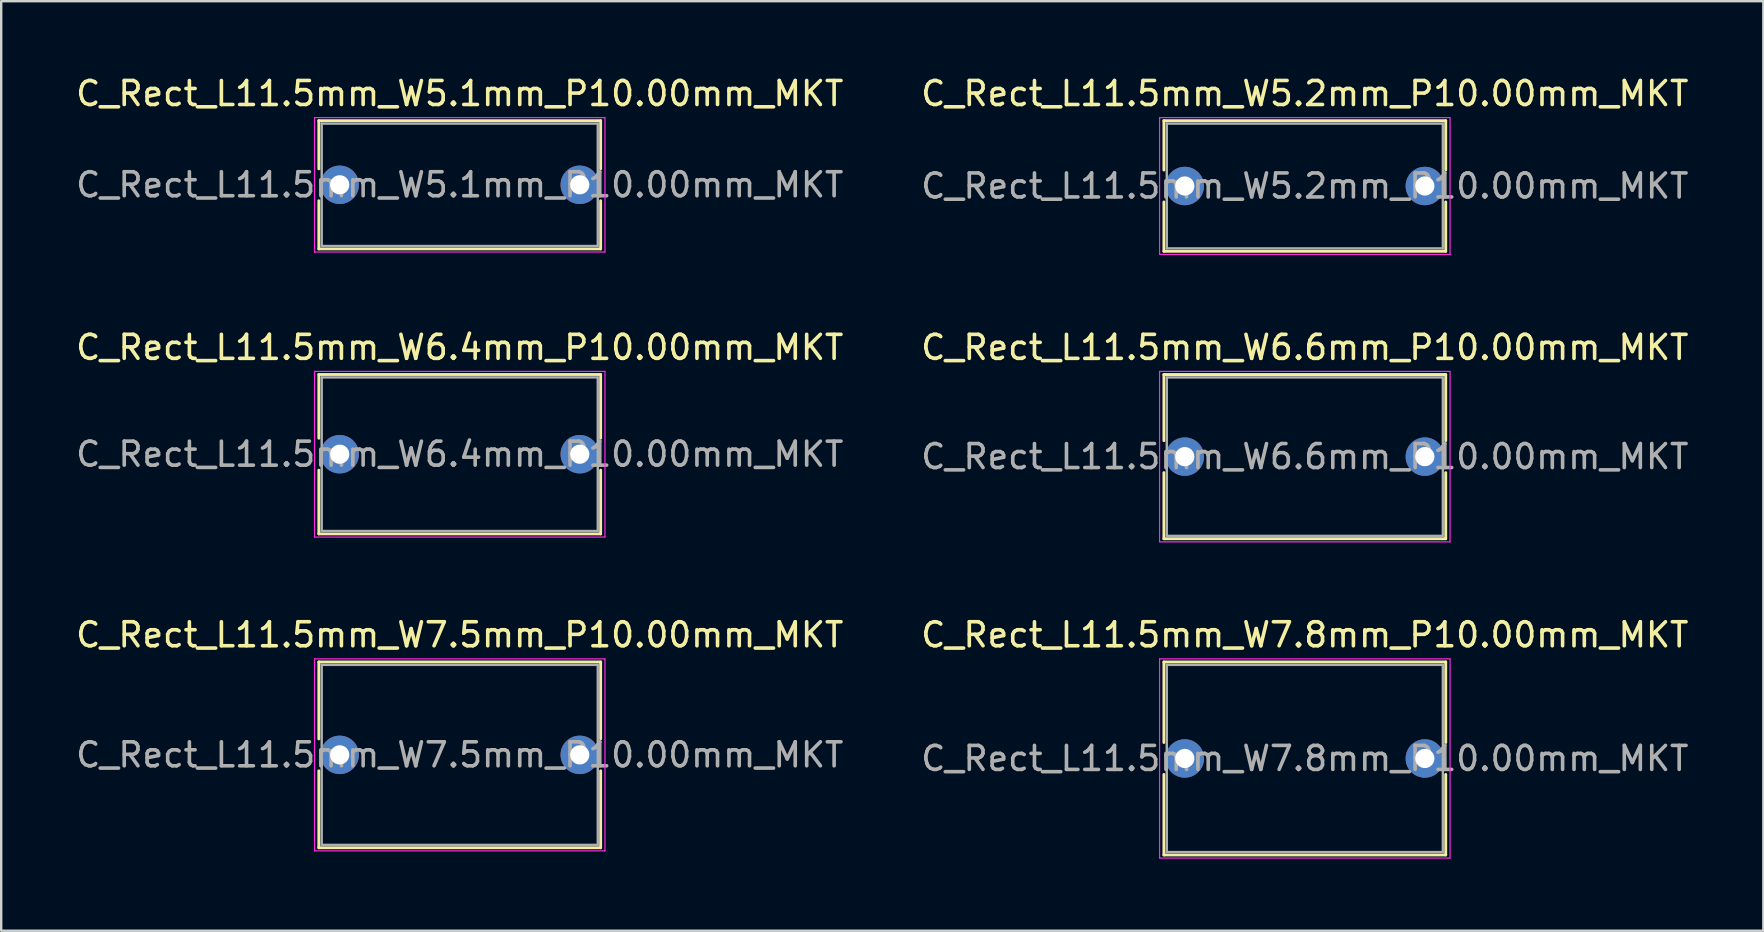
<source format=kicad_pcb>
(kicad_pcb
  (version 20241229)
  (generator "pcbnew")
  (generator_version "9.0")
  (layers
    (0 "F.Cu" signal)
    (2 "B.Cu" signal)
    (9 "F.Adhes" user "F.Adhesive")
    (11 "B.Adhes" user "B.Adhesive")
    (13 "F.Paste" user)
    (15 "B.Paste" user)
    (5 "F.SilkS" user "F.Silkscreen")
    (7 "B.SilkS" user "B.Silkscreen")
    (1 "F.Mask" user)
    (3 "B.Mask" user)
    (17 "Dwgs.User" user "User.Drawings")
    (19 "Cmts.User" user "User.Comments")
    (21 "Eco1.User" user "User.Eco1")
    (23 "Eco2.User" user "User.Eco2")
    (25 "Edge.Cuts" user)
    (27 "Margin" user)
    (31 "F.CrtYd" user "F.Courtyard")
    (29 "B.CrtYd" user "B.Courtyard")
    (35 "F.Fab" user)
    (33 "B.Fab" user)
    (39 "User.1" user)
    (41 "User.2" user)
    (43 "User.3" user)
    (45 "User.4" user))
  (footprint "C_Rect_L11.5mm_W7.8mm_P10.00mm_MKT"
    (layer "F.Cu")
    (at 46.304 28.545)
    (property "Reference" "C_Rect_L11.5mm_W7.8mm_P10.00mm_MKT" (at 5 -5.15 0) (layer "F.SilkS") (effects (font (size 1 1) (thickness 0.15))))
    (attr through_hole)
    (fp_line (start -0.87 -4.02) (end -0.87 -0.665) (stroke (width 0.12) (type solid)) (layer "F.SilkS"))
    (fp_line (start -0.87 -4.02) (end 10.87 -4.02) (stroke (width 0.12) (type solid)) (layer "F.SilkS"))
    (fp_line (start -0.87 0.665) (end -0.87 4.02) (stroke (width 0.12) (type solid)) (layer "F.SilkS"))
    (fp_line (start -0.87 4.02) (end 10.87 4.02) (stroke (width 0.12) (type solid)) (layer "F.SilkS"))
    (fp_line (start 10.87 -4.02) (end 10.87 -0.665) (stroke (width 0.12) (type solid)) (layer "F.SilkS"))
    (fp_line (start 10.87 0.665) (end 10.87 4.02) (stroke (width 0.12) (type solid)) (layer "F.SilkS"))
    (fp_line (start -1.05 -4.15) (end -1.05 4.15) (stroke (width 0.05) (type solid)) (layer "F.CrtYd"))
    (fp_line (start -1.05 4.15) (end 11.05 4.15) (stroke (width 0.05) (type solid)) (layer "F.CrtYd"))
    (fp_line (start 11.05 -4.15) (end -1.05 -4.15) (stroke (width 0.05) (type solid)) (layer "F.CrtYd"))
    (fp_line (start 11.05 4.15) (end 11.05 -4.15) (stroke (width 0.05) (type solid)) (layer "F.CrtYd"))
    (fp_line (start -0.75 -3.9) (end -0.75 3.9) (stroke (width 0.1) (type solid)) (layer "F.Fab"))
    (fp_line (start -0.75 3.9) (end 10.75 3.9) (stroke (width 0.1) (type solid)) (layer "F.Fab"))
    (fp_line (start 10.75 -3.9) (end -0.75 -3.9) (stroke (width 0.1) (type solid)) (layer "F.Fab"))
    (fp_line (start 10.75 3.9) (end 10.75 -3.9) (stroke (width 0.1) (type solid)) (layer "F.Fab"))
    (fp_text user "${REFERENCE}" (at 5 0 0) (layer "F.Fab") (effects (font (size 1 1) (thickness 0.15))))
    (pad "1" thru_hole circle (at 0 0) (size 1.6 1.6) (drill 0.8) (layers "*.Cu" "*.Mask"))
    (pad "2" thru_hole circle (at 10 0) (size 1.6 1.6) (drill 0.8) (layers "*.Cu" "*.Mask")))
  (footprint "C_Rect_L11.5mm_W5.2mm_P10.00mm_MKT"
    (layer "F.Cu")
    (at 46.304 4.698)
    (property "Reference" "C_Rect_L11.5mm_W5.2mm_P10.00mm_MKT" (at 5 -3.85 0) (layer "F.SilkS") (effects (font (size 1 1) (thickness 0.15))))
    (attr through_hole)
    (fp_line (start -0.87 -2.72) (end -0.87 -0.665) (stroke (width 0.12) (type solid)) (layer "F.SilkS"))
    (fp_line (start -0.87 -2.72) (end 10.87 -2.72) (stroke (width 0.12) (type solid)) (layer "F.SilkS"))
    (fp_line (start -0.87 0.665) (end -0.87 2.72) (stroke (width 0.12) (type solid)) (layer "F.SilkS"))
    (fp_line (start -0.87 2.72) (end 10.87 2.72) (stroke (width 0.12) (type solid)) (layer "F.SilkS"))
    (fp_line (start 10.87 -2.72) (end 10.87 -0.665) (stroke (width 0.12) (type solid)) (layer "F.SilkS"))
    (fp_line (start 10.87 0.665) (end 10.87 2.72) (stroke (width 0.12) (type solid)) (layer "F.SilkS"))
    (fp_line (start -1.05 -2.85) (end -1.05 2.85) (stroke (width 0.05) (type solid)) (layer "F.CrtYd"))
    (fp_line (start -1.05 2.85) (end 11.05 2.85) (stroke (width 0.05) (type solid)) (layer "F.CrtYd"))
    (fp_line (start 11.05 -2.85) (end -1.05 -2.85) (stroke (width 0.05) (type solid)) (layer "F.CrtYd"))
    (fp_line (start 11.05 2.85) (end 11.05 -2.85) (stroke (width 0.05) (type solid)) (layer "F.CrtYd"))
    (fp_line (start -0.75 -2.6) (end -0.75 2.6) (stroke (width 0.1) (type solid)) (layer "F.Fab"))
    (fp_line (start -0.75 2.6) (end 10.75 2.6) (stroke (width 0.1) (type solid)) (layer "F.Fab"))
    (fp_line (start 10.75 -2.6) (end -0.75 -2.6) (stroke (width 0.1) (type solid)) (layer "F.Fab"))
    (fp_line (start 10.75 2.6) (end 10.75 -2.6) (stroke (width 0.1) (type solid)) (layer "F.Fab"))
    (fp_text user "${REFERENCE}" (at 5 0 0) (layer "F.Fab") (effects (font (size 1 1) (thickness 0.15))))
    (pad "1" thru_hole circle (at 0 0) (size 1.6 1.6) (drill 0.8) (layers "*.Cu" "*.Mask"))
    (pad "2" thru_hole circle (at 10 0) (size 1.6 1.6) (drill 0.8) (layers "*.Cu" "*.Mask")))
  (footprint "C_Rect_L11.5mm_W7.5mm_P10.00mm_MKT"
    (layer "F.Cu")
    (at 11.101 28.395)
    (property "Reference" "C_Rect_L11.5mm_W7.5mm_P10.00mm_MKT" (at 5 -5 0) (layer "F.SilkS") (effects (font (size 1 1) (thickness 0.15))))
    (attr through_hole)
    (fp_line (start -0.87 -3.87) (end -0.87 -0.665) (stroke (width 0.12) (type solid)) (layer "F.SilkS"))
    (fp_line (start -0.87 -3.87) (end 10.87 -3.87) (stroke (width 0.12) (type solid)) (layer "F.SilkS"))
    (fp_line (start -0.87 0.665) (end -0.87 3.87) (stroke (width 0.12) (type solid)) (layer "F.SilkS"))
    (fp_line (start -0.87 3.87) (end 10.87 3.87) (stroke (width 0.12) (type solid)) (layer "F.SilkS"))
    (fp_line (start 10.87 -3.87) (end 10.87 -0.665) (stroke (width 0.12) (type solid)) (layer "F.SilkS"))
    (fp_line (start 10.87 0.665) (end 10.87 3.87) (stroke (width 0.12) (type solid)) (layer "F.SilkS"))
    (fp_line (start -1.05 -4) (end -1.05 4) (stroke (width 0.05) (type solid)) (layer "F.CrtYd"))
    (fp_line (start -1.05 4) (end 11.05 4) (stroke (width 0.05) (type solid)) (layer "F.CrtYd"))
    (fp_line (start 11.05 -4) (end -1.05 -4) (stroke (width 0.05) (type solid)) (layer "F.CrtYd"))
    (fp_line (start 11.05 4) (end 11.05 -4) (stroke (width 0.05) (type solid)) (layer "F.CrtYd"))
    (fp_line (start -0.75 -3.75) (end -0.75 3.75) (stroke (width 0.1) (type solid)) (layer "F.Fab"))
    (fp_line (start -0.75 3.75) (end 10.75 3.75) (stroke (width 0.1) (type solid)) (layer "F.Fab"))
    (fp_line (start 10.75 -3.75) (end -0.75 -3.75) (stroke (width 0.1) (type solid)) (layer "F.Fab"))
    (fp_line (start 10.75 3.75) (end 10.75 -3.75) (stroke (width 0.1) (type solid)) (layer "F.Fab"))
    (fp_text user "${REFERENCE}" (at 5 0 0) (layer "F.Fab") (effects (font (size 1 1) (thickness 0.15))))
    (pad "1" thru_hole circle (at 0 0) (size 1.6 1.6) (drill 0.8) (layers "*.Cu" "*.Mask"))
    (pad "2" thru_hole circle (at 10 0) (size 1.6 1.6) (drill 0.8) (layers "*.Cu" "*.Mask")))
  (footprint "C_Rect_L11.5mm_W5.1mm_P10.00mm_MKT"
    (layer "F.Cu")
    (at 11.101 4.648)
    (property "Reference" "C_Rect_L11.5mm_W5.1mm_P10.00mm_MKT" (at 5 -3.8 0) (layer "F.SilkS") (effects (font (size 1 1) (thickness 0.15))))
    (attr through_hole)
    (fp_line (start -0.87 -2.67) (end -0.87 -0.665) (stroke (width 0.12) (type solid)) (layer "F.SilkS"))
    (fp_line (start -0.87 -2.67) (end 10.87 -2.67) (stroke (width 0.12) (type solid)) (layer "F.SilkS"))
    (fp_line (start -0.87 0.665) (end -0.87 2.67) (stroke (width 0.12) (type solid)) (layer "F.SilkS"))
    (fp_line (start -0.87 2.67) (end 10.87 2.67) (stroke (width 0.12) (type solid)) (layer "F.SilkS"))
    (fp_line (start 10.87 -2.67) (end 10.87 -0.665) (stroke (width 0.12) (type solid)) (layer "F.SilkS"))
    (fp_line (start 10.87 0.665) (end 10.87 2.67) (stroke (width 0.12) (type solid)) (layer "F.SilkS"))
    (fp_line (start -1.05 -2.8) (end -1.05 2.8) (stroke (width 0.05) (type solid)) (layer "F.CrtYd"))
    (fp_line (start -1.05 2.8) (end 11.05 2.8) (stroke (width 0.05) (type solid)) (layer "F.CrtYd"))
    (fp_line (start 11.05 -2.8) (end -1.05 -2.8) (stroke (width 0.05) (type solid)) (layer "F.CrtYd"))
    (fp_line (start 11.05 2.8) (end 11.05 -2.8) (stroke (width 0.05) (type solid)) (layer "F.CrtYd"))
    (fp_line (start -0.75 -2.55) (end -0.75 2.55) (stroke (width 0.1) (type solid)) (layer "F.Fab"))
    (fp_line (start -0.75 2.55) (end 10.75 2.55) (stroke (width 0.1) (type solid)) (layer "F.Fab"))
    (fp_line (start 10.75 -2.55) (end -0.75 -2.55) (stroke (width 0.1) (type solid)) (layer "F.Fab"))
    (fp_line (start 10.75 2.55) (end 10.75 -2.55) (stroke (width 0.1) (type solid)) (layer "F.Fab"))
    (fp_text user "${REFERENCE}" (at 5 0 0) (layer "F.Fab") (effects (font (size 1 1) (thickness 0.15))))
    (pad "1" thru_hole circle (at 0 0) (size 1.6 1.6) (drill 0.8) (layers "*.Cu" "*.Mask"))
    (pad "2" thru_hole circle (at 10 0) (size 1.6 1.6) (drill 0.8) (layers "*.Cu" "*.Mask")))
  (footprint "C_Rect_L11.5mm_W6.4mm_P10.00mm_MKT"
    (layer "F.Cu")
    (at 11.101 15.871)
    (property "Reference" "C_Rect_L11.5mm_W6.4mm_P10.00mm_MKT" (at 5 -4.45 0) (layer "F.SilkS") (effects (font (size 1 1) (thickness 0.15))))
    (attr through_hole)
    (fp_line (start -0.87 -3.32) (end -0.87 -0.665) (stroke (width 0.12) (type solid)) (layer "F.SilkS"))
    (fp_line (start -0.87 -3.32) (end 10.87 -3.32) (stroke (width 0.12) (type solid)) (layer "F.SilkS"))
    (fp_line (start -0.87 0.665) (end -0.87 3.32) (stroke (width 0.12) (type solid)) (layer "F.SilkS"))
    (fp_line (start -0.87 3.32) (end 10.87 3.32) (stroke (width 0.12) (type solid)) (layer "F.SilkS"))
    (fp_line (start 10.87 -3.32) (end 10.87 -0.665) (stroke (width 0.12) (type solid)) (layer "F.SilkS"))
    (fp_line (start 10.87 0.665) (end 10.87 3.32) (stroke (width 0.12) (type solid)) (layer "F.SilkS"))
    (fp_line (start -1.05 -3.45) (end -1.05 3.45) (stroke (width 0.05) (type solid)) (layer "F.CrtYd"))
    (fp_line (start -1.05 3.45) (end 11.05 3.45) (stroke (width 0.05) (type solid)) (layer "F.CrtYd"))
    (fp_line (start 11.05 -3.45) (end -1.05 -3.45) (stroke (width 0.05) (type solid)) (layer "F.CrtYd"))
    (fp_line (start 11.05 3.45) (end 11.05 -3.45) (stroke (width 0.05) (type solid)) (layer "F.CrtYd"))
    (fp_line (start -0.75 -3.2) (end -0.75 3.2) (stroke (width 0.1) (type solid)) (layer "F.Fab"))
    (fp_line (start -0.75 3.2) (end 10.75 3.2) (stroke (width 0.1) (type solid)) (layer "F.Fab"))
    (fp_line (start 10.75 -3.2) (end -0.75 -3.2) (stroke (width 0.1) (type solid)) (layer "F.Fab"))
    (fp_line (start 10.75 3.2) (end 10.75 -3.2) (stroke (width 0.1) (type solid)) (layer "F.Fab"))
    (fp_text user "${REFERENCE}" (at 5 0 0) (layer "F.Fab") (effects (font (size 1 1) (thickness 0.15))))
    (pad "1" thru_hole circle (at 0 0) (size 1.6 1.6) (drill 0.8) (layers "*.Cu" "*.Mask"))
    (pad "2" thru_hole circle (at 10 0) (size 1.6 1.6) (drill 0.8) (layers "*.Cu" "*.Mask")))
  (footprint "C_Rect_L11.5mm_W6.6mm_P10.00mm_MKT"
    (layer "F.Cu")
    (at 46.304 15.972)
    (property "Reference" "C_Rect_L11.5mm_W6.6mm_P10.00mm_MKT" (at 5 -4.55 0) (layer "F.SilkS") (effects (font (size 1 1) (thickness 0.15))))
    (attr through_hole)
    (fp_line (start -0.87 -3.42) (end -0.87 -0.665) (stroke (width 0.12) (type solid)) (layer "F.SilkS"))
    (fp_line (start -0.87 -3.42) (end 10.87 -3.42) (stroke (width 0.12) (type solid)) (layer "F.SilkS"))
    (fp_line (start -0.87 0.665) (end -0.87 3.42) (stroke (width 0.12) (type solid)) (layer "F.SilkS"))
    (fp_line (start -0.87 3.42) (end 10.87 3.42) (stroke (width 0.12) (type solid)) (layer "F.SilkS"))
    (fp_line (start 10.87 -3.42) (end 10.87 -0.665) (stroke (width 0.12) (type solid)) (layer "F.SilkS"))
    (fp_line (start 10.87 0.665) (end 10.87 3.42) (stroke (width 0.12) (type solid)) (layer "F.SilkS"))
    (fp_line (start -1.05 -3.55) (end -1.05 3.55) (stroke (width 0.05) (type solid)) (layer "F.CrtYd"))
    (fp_line (start -1.05 3.55) (end 11.05 3.55) (stroke (width 0.05) (type solid)) (layer "F.CrtYd"))
    (fp_line (start 11.05 -3.55) (end -1.05 -3.55) (stroke (width 0.05) (type solid)) (layer "F.CrtYd"))
    (fp_line (start 11.05 3.55) (end 11.05 -3.55) (stroke (width 0.05) (type solid)) (layer "F.CrtYd"))
    (fp_line (start -0.75 -3.3) (end -0.75 3.3) (stroke (width 0.1) (type solid)) (layer "F.Fab"))
    (fp_line (start -0.75 3.3) (end 10.75 3.3) (stroke (width 0.1) (type solid)) (layer "F.Fab"))
    (fp_line (start 10.75 -3.3) (end -0.75 -3.3) (stroke (width 0.1) (type solid)) (layer "F.Fab"))
    (fp_line (start 10.75 3.3) (end 10.75 -3.3) (stroke (width 0.1) (type solid)) (layer "F.Fab"))
    (fp_text user "${REFERENCE}" (at 5 0 0) (layer "F.Fab") (effects (font (size 1 1) (thickness 0.15))))
    (pad "1" thru_hole circle (at 0 0) (size 1.6 1.6) (drill 0.8) (layers "*.Cu" "*.Mask"))
    (pad "2" thru_hole circle (at 10 0) (size 1.6 1.6) (drill 0.8) (layers "*.Cu" "*.Mask")))
  (gr_rect
    (start -3 -3)
    (end 70.405 35.72)
    (stroke (width 0.1) (type default))
    (fill no)
    (layer "Edge.Cuts")))
</source>
